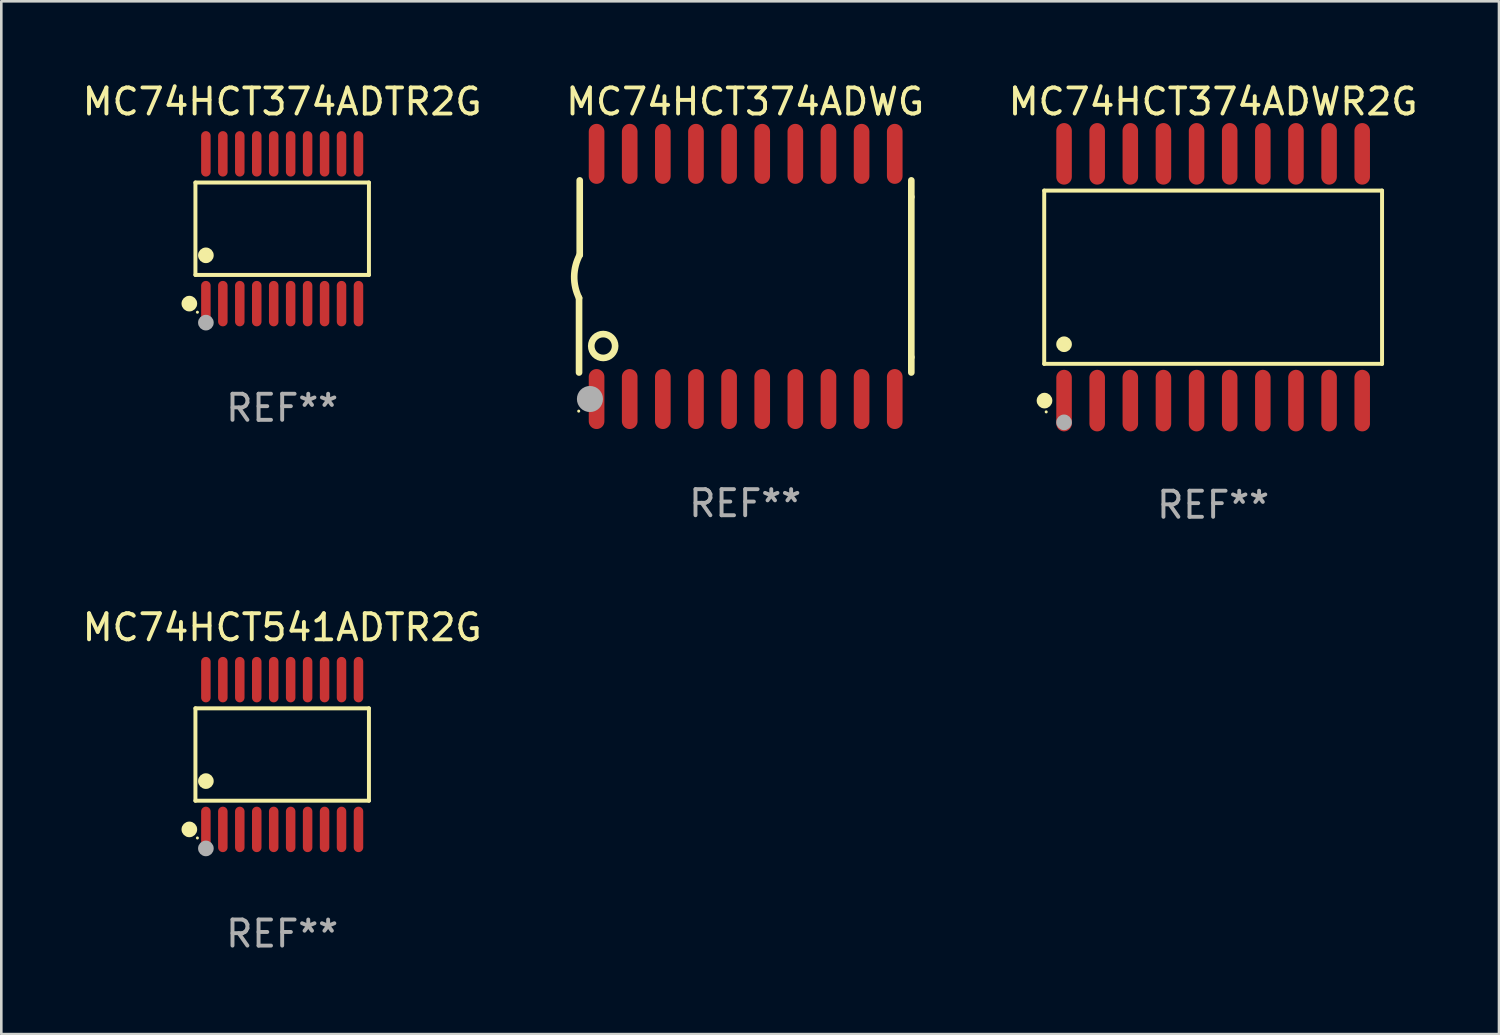
<source format=kicad_pcb>
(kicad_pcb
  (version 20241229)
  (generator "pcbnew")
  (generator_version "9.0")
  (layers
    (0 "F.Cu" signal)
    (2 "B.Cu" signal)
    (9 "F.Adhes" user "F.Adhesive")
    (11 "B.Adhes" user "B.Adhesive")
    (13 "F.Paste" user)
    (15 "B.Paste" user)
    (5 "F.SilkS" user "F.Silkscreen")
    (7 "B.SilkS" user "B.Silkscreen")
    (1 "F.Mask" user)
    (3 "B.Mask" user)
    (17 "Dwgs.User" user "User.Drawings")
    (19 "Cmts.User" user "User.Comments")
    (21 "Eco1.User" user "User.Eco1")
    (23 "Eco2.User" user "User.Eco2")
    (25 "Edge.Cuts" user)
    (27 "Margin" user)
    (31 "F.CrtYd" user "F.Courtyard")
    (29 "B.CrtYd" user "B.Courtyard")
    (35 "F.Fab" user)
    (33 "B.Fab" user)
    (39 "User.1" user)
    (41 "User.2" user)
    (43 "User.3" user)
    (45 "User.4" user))
  (footprint "MC74HCT374ADTR2G"
    (layer "F.Cu")
    (at 7.768 5.719)
    (property "Reference" "MC74HCT374ADTR2G" (at 0 -4.871 0) (layer "F.SilkS") (effects (font (size 1 1) (thickness 0.15))))
    (attr through_hole)
    (fp_line (start -3.326 -1.771) (end 3.326 -1.771) (stroke (width 0.152) (type solid)) (layer "F.SilkS"))
    (fp_line (start -3.326 1.771) (end -3.326 -1.771) (stroke (width 0.152) (type solid)) (layer "F.SilkS"))
    (fp_line (start 3.326 -1.771) (end 3.326 1.771) (stroke (width 0.152) (type solid)) (layer "F.SilkS"))
    (fp_line (start 3.326 1.771) (end -3.326 1.771) (stroke (width 0.152) (type solid)) (layer "F.SilkS"))
    (fp_circle (center -3.559 2.871) (end -3.409 2.871) (stroke (width 0.3) (type solid)) (fill no) (layer "F.SilkS"))
    (fp_circle (center -3.25 3.2) (end -3.22 3.2) (stroke (width 0.06) (type solid)) (fill no) (layer "F.SilkS"))
    (fp_circle (center -2.925 1.019) (end -2.775 1.019) (stroke (width 0.3) (type solid)) (fill no) (layer "F.SilkS"))
    (fp_circle (center -2.925 3.6) (end -2.775 3.6) (stroke (width 0.3) (type solid)) (fill no) (layer "F.Fab"))
    (fp_text user "REF**" (at 0 6.871 0) (layer "F.Fab") (effects (font (size 1 1) (thickness 0.15))))
    (pad "1" smd oval (at -2.925 2.871) (size 0.364 1.742) (layers "F.Cu" "F.Mask" "F.Paste"))
    (pad "2" smd oval (at -2.275 2.871) (size 0.364 1.742) (layers "F.Cu" "F.Mask" "F.Paste"))
    (pad "3" smd oval (at -1.625 2.871) (size 0.364 1.742) (layers "F.Cu" "F.Mask" "F.Paste"))
    (pad "4" smd oval (at -0.975 2.871) (size 0.364 1.742) (layers "F.Cu" "F.Mask" "F.Paste"))
    (pad "5" smd oval (at -0.325 2.871) (size 0.364 1.742) (layers "F.Cu" "F.Mask" "F.Paste"))
    (pad "6" smd oval (at 0.325 2.871) (size 0.364 1.742) (layers "F.Cu" "F.Mask" "F.Paste"))
    (pad "7" smd oval (at 0.975 2.871) (size 0.364 1.742) (layers "F.Cu" "F.Mask" "F.Paste"))
    (pad "8" smd oval (at 1.625 2.871) (size 0.364 1.742) (layers "F.Cu" "F.Mask" "F.Paste"))
    (pad "9" smd oval (at 2.275 2.871) (size 0.364 1.742) (layers "F.Cu" "F.Mask" "F.Paste"))
    (pad "10" smd oval (at 2.925 2.871) (size 0.364 1.742) (layers "F.Cu" "F.Mask" "F.Paste"))
    (pad "11" smd oval (at 2.925 -2.871) (size 0.364 1.742) (layers "F.Cu" "F.Mask" "F.Paste"))
    (pad "12" smd oval (at 2.275 -2.871) (size 0.364 1.742) (layers "F.Cu" "F.Mask" "F.Paste"))
    (pad "13" smd oval (at 1.625 -2.871) (size 0.364 1.742) (layers "F.Cu" "F.Mask" "F.Paste"))
    (pad "14" smd oval (at 0.975 -2.871) (size 0.364 1.742) (layers "F.Cu" "F.Mask" "F.Paste"))
    (pad "15" smd oval (at 0.325 -2.871) (size 0.364 1.742) (layers "F.Cu" "F.Mask" "F.Paste"))
    (pad "16" smd oval (at -0.325 -2.871) (size 0.364 1.742) (layers "F.Cu" "F.Mask" "F.Paste"))
    (pad "17" smd oval (at -0.975 -2.871) (size 0.364 1.742) (layers "F.Cu" "F.Mask" "F.Paste"))
    (pad "18" smd oval (at -1.625 -2.871) (size 0.364 1.742) (layers "F.Cu" "F.Mask" "F.Paste"))
    (pad "19" smd oval (at -2.275 -2.871) (size 0.364 1.742) (layers "F.Cu" "F.Mask" "F.Paste"))
    (pad "20" smd oval (at -2.925 -2.871) (size 0.364 1.742) (layers "F.Cu" "F.Mask" "F.Paste")))
  (footprint "MC74HCT374ADWG"
    (layer "F.Cu")
    (at 25.518 7.548)
    (property "Reference" "MC74HCT374ADWG" (at 0 -6.7 0) (layer "F.SilkS") (effects (font (size 1 1) (thickness 0.15))))
    (attr through_hole)
    (fp_line (start -6.369 0.826) (end -6.369 3.683) (stroke (width 0.254) (type solid)) (layer "F.SilkS"))
    (fp_line (start -6.343 -0.825) (end -6.343 -3.683) (stroke (width 0.254) (type solid)) (layer "F.SilkS"))
    (fp_line (start 6.369 -3.048) (end 6.369 -3.683) (stroke (width 0.254) (type solid)) (layer "F.SilkS"))
    (fp_line (start 6.369 -3.048) (end 6.369 3.096) (stroke (width 0.254) (type solid)) (layer "F.SilkS"))
    (fp_line (start 6.369 3.096) (end 6.369 3.683) (stroke (width 0.254) (type solid)) (layer "F.SilkS"))
    (fp_arc (start -6.36853 0.825552) (mid -6.554743 -0.00301) (end -6.343129 -0.825451) (stroke (width 0.254001) (type solid)) (layer "F.SilkS"))
    (fp_circle (center -6.382 5.163) (end -6.352 5.163) (stroke (width 0.06) (type solid)) (fill no) (layer "F.SilkS"))
    (fp_circle (center -5.443 2.667) (end -4.985 2.667) (stroke (width 0.254) (type solid)) (fill no) (layer "F.SilkS"))
    (fp_circle (center -5.951 4.699) (end -5.701 4.699) (stroke (width 0.5) (type solid)) (fill no) (layer "F.Fab"))
    (fp_text user "REF**" (at 0 8.7 0) (layer "F.Fab") (effects (font (size 1 1) (thickness 0.15))))
    (pad "1" smd oval (at -5.697 4.7 180) (size 0.6 2.3) (layers "F.Cu" "F.Mask" "F.Paste"))
    (pad "2" smd oval (at -4.427 4.7 180) (size 0.6 2.3) (layers "F.Cu" "F.Mask" "F.Paste"))
    (pad "3" smd oval (at -3.157 4.7 180) (size 0.6 2.3) (layers "F.Cu" "F.Mask" "F.Paste"))
    (pad "4" smd oval (at -1.887 4.7 180) (size 0.6 2.3) (layers "F.Cu" "F.Mask" "F.Paste"))
    (pad "5" smd oval (at -0.617 4.7 180) (size 0.6 2.3) (layers "F.Cu" "F.Mask" "F.Paste"))
    (pad "6" smd oval (at 0.653 4.7 180) (size 0.6 2.3) (layers "F.Cu" "F.Mask" "F.Paste"))
    (pad "7" smd oval (at 1.923 4.7 180) (size 0.6 2.3) (layers "F.Cu" "F.Mask" "F.Paste"))
    (pad "8" smd oval (at 3.193 4.7 180) (size 0.6 2.3) (layers "F.Cu" "F.Mask" "F.Paste"))
    (pad "9" smd oval (at 4.463 4.7 180) (size 0.6 2.3) (layers "F.Cu" "F.Mask" "F.Paste"))
    (pad "10" smd oval (at 5.734 4.7 180) (size 0.6 2.3) (layers "F.Cu" "F.Mask" "F.Paste"))
    (pad "11" smd oval (at 5.734 -4.7 180) (size 0.6 2.3) (layers "F.Cu" "F.Mask" "F.Paste"))
    (pad "12" smd oval (at 4.463 -4.7 180) (size 0.6 2.3) (layers "F.Cu" "F.Mask" "F.Paste"))
    (pad "13" smd oval (at 3.193 -4.7 180) (size 0.6 2.3) (layers "F.Cu" "F.Mask" "F.Paste"))
    (pad "14" smd oval (at 1.923 -4.7 180) (size 0.6 2.3) (layers "F.Cu" "F.Mask" "F.Paste"))
    (pad "15" smd oval (at 0.653 -4.7 180) (size 0.6 2.3) (layers "F.Cu" "F.Mask" "F.Paste"))
    (pad "16" smd oval (at -0.617 -4.7 180) (size 0.6 2.3) (layers "F.Cu" "F.Mask" "F.Paste"))
    (pad "17" smd oval (at -1.887 -4.7 180) (size 0.6 2.3) (layers "F.Cu" "F.Mask" "F.Paste"))
    (pad "18" smd oval (at -3.157 -4.7 180) (size 0.6 2.3) (layers "F.Cu" "F.Mask" "F.Paste"))
    (pad "19" smd oval (at -4.427 -4.7 180) (size 0.6 2.3) (layers "F.Cu" "F.Mask" "F.Paste"))
    (pad "20" smd oval (at -5.697 -4.7 180) (size 0.6 2.3) (layers "F.Cu" "F.Mask" "F.Paste")))
  (footprint "MC74HCT541ADTR2G"
    (layer "F.Cu")
    (at 7.768 25.876)
    (property "Reference" "MC74HCT541ADTR2G" (at 0 -4.871 0) (layer "F.SilkS") (effects (font (size 1 1) (thickness 0.15))))
    (attr through_hole)
    (fp_line (start -3.326 -1.771) (end 3.326 -1.771) (stroke (width 0.152) (type solid)) (layer "F.SilkS"))
    (fp_line (start -3.326 1.771) (end -3.326 -1.771) (stroke (width 0.152) (type solid)) (layer "F.SilkS"))
    (fp_line (start 3.326 -1.771) (end 3.326 1.771) (stroke (width 0.152) (type solid)) (layer "F.SilkS"))
    (fp_line (start 3.326 1.771) (end -3.326 1.771) (stroke (width 0.152) (type solid)) (layer "F.SilkS"))
    (fp_circle (center -3.559 2.871) (end -3.409 2.871) (stroke (width 0.3) (type solid)) (fill no) (layer "F.SilkS"))
    (fp_circle (center -3.25 3.2) (end -3.22 3.2) (stroke (width 0.06) (type solid)) (fill no) (layer "F.SilkS"))
    (fp_circle (center -2.925 1.019) (end -2.775 1.019) (stroke (width 0.3) (type solid)) (fill no) (layer "F.SilkS"))
    (fp_circle (center -2.925 3.6) (end -2.775 3.6) (stroke (width 0.3) (type solid)) (fill no) (layer "F.Fab"))
    (fp_text user "REF**" (at 0 6.871 0) (layer "F.Fab") (effects (font (size 1 1) (thickness 0.15))))
    (pad "1" smd oval (at -2.925 2.871) (size 0.364 1.742) (layers "F.Cu" "F.Mask" "F.Paste"))
    (pad "2" smd oval (at -2.275 2.871) (size 0.364 1.742) (layers "F.Cu" "F.Mask" "F.Paste"))
    (pad "3" smd oval (at -1.625 2.871) (size 0.364 1.742) (layers "F.Cu" "F.Mask" "F.Paste"))
    (pad "4" smd oval (at -0.975 2.871) (size 0.364 1.742) (layers "F.Cu" "F.Mask" "F.Paste"))
    (pad "5" smd oval (at -0.325 2.871) (size 0.364 1.742) (layers "F.Cu" "F.Mask" "F.Paste"))
    (pad "6" smd oval (at 0.325 2.871) (size 0.364 1.742) (layers "F.Cu" "F.Mask" "F.Paste"))
    (pad "7" smd oval (at 0.975 2.871) (size 0.364 1.742) (layers "F.Cu" "F.Mask" "F.Paste"))
    (pad "8" smd oval (at 1.625 2.871) (size 0.364 1.742) (layers "F.Cu" "F.Mask" "F.Paste"))
    (pad "9" smd oval (at 2.275 2.871) (size 0.364 1.742) (layers "F.Cu" "F.Mask" "F.Paste"))
    (pad "10" smd oval (at 2.925 2.871) (size 0.364 1.742) (layers "F.Cu" "F.Mask" "F.Paste"))
    (pad "11" smd oval (at 2.925 -2.871) (size 0.364 1.742) (layers "F.Cu" "F.Mask" "F.Paste"))
    (pad "12" smd oval (at 2.275 -2.871) (size 0.364 1.742) (layers "F.Cu" "F.Mask" "F.Paste"))
    (pad "13" smd oval (at 1.625 -2.871) (size 0.364 1.742) (layers "F.Cu" "F.Mask" "F.Paste"))
    (pad "14" smd oval (at 0.975 -2.871) (size 0.364 1.742) (layers "F.Cu" "F.Mask" "F.Paste"))
    (pad "15" smd oval (at 0.325 -2.871) (size 0.364 1.742) (layers "F.Cu" "F.Mask" "F.Paste"))
    (pad "16" smd oval (at -0.325 -2.871) (size 0.364 1.742) (layers "F.Cu" "F.Mask" "F.Paste"))
    (pad "17" smd oval (at -0.975 -2.871) (size 0.364 1.742) (layers "F.Cu" "F.Mask" "F.Paste"))
    (pad "18" smd oval (at -1.625 -2.871) (size 0.364 1.742) (layers "F.Cu" "F.Mask" "F.Paste"))
    (pad "19" smd oval (at -2.275 -2.871) (size 0.364 1.742) (layers "F.Cu" "F.Mask" "F.Paste"))
    (pad "20" smd oval (at -2.925 -2.871) (size 0.364 1.742) (layers "F.Cu" "F.Mask" "F.Paste")))
  (footprint "MC74HCT374ADWR2G"
    (layer "F.Cu")
    (at 43.458 7.578)
    (property "Reference" "MC74HCT374ADWR2G" (at 0 -6.73 0) (layer "F.SilkS") (effects (font (size 1 1) (thickness 0.15))))
    (attr through_hole)
    (fp_line (start -6.476 -3.321) (end 6.476 -3.321) (stroke (width 0.152) (type solid)) (layer "F.SilkS"))
    (fp_line (start -6.476 3.321) (end -6.476 -3.321) (stroke (width 0.152) (type solid)) (layer "F.SilkS"))
    (fp_line (start 6.476 -3.321) (end 6.476 3.321) (stroke (width 0.152) (type solid)) (layer "F.SilkS"))
    (fp_line (start 6.476 3.321) (end -6.476 3.321) (stroke (width 0.152) (type solid)) (layer "F.SilkS"))
    (fp_circle (center -6.465 4.73) (end -6.315 4.73) (stroke (width 0.3) (type solid)) (fill no) (layer "F.SilkS"))
    (fp_circle (center -6.4 5.163) (end -6.37 5.163) (stroke (width 0.06) (type solid)) (fill no) (layer "F.SilkS"))
    (fp_circle (center -5.715 2.569) (end -5.565 2.569) (stroke (width 0.3) (type solid)) (fill no) (layer "F.SilkS"))
    (fp_circle (center -5.715 5.563) (end -5.565 5.563) (stroke (width 0.3) (type solid)) (fill no) (layer "F.Fab"))
    (fp_text user "REF**" (at 0 8.73 0) (layer "F.Fab") (effects (font (size 1 1) (thickness 0.15))))
    (pad "1" smd oval (at -5.715 4.73) (size 0.595 2.36) (layers "F.Cu" "F.Mask" "F.Paste"))
    (pad "2" smd oval (at -4.445 4.73) (size 0.595 2.36) (layers "F.Cu" "F.Mask" "F.Paste"))
    (pad "3" smd oval (at -3.175 4.73) (size 0.595 2.36) (layers "F.Cu" "F.Mask" "F.Paste"))
    (pad "4" smd oval (at -1.905 4.73) (size 0.595 2.36) (layers "F.Cu" "F.Mask" "F.Paste"))
    (pad "5" smd oval (at -0.635 4.73) (size 0.595 2.36) (layers "F.Cu" "F.Mask" "F.Paste"))
    (pad "6" smd oval (at 0.635 4.73) (size 0.595 2.36) (layers "F.Cu" "F.Mask" "F.Paste"))
    (pad "7" smd oval (at 1.905 4.73) (size 0.595 2.36) (layers "F.Cu" "F.Mask" "F.Paste"))
    (pad "8" smd oval (at 3.175 4.73) (size 0.595 2.36) (layers "F.Cu" "F.Mask" "F.Paste"))
    (pad "9" smd oval (at 4.445 4.73) (size 0.595 2.36) (layers "F.Cu" "F.Mask" "F.Paste"))
    (pad "10" smd oval (at 5.715 4.73) (size 0.595 2.36) (layers "F.Cu" "F.Mask" "F.Paste"))
    (pad "11" smd oval (at 5.715 -4.73) (size 0.595 2.36) (layers "F.Cu" "F.Mask" "F.Paste"))
    (pad "12" smd oval (at 4.445 -4.73) (size 0.595 2.36) (layers "F.Cu" "F.Mask" "F.Paste"))
    (pad "13" smd oval (at 3.175 -4.73) (size 0.595 2.36) (layers "F.Cu" "F.Mask" "F.Paste"))
    (pad "14" smd oval (at 1.905 -4.73) (size 0.595 2.36) (layers "F.Cu" "F.Mask" "F.Paste"))
    (pad "15" smd oval (at 0.635 -4.73) (size 0.595 2.36) (layers "F.Cu" "F.Mask" "F.Paste"))
    (pad "16" smd oval (at -0.635 -4.73) (size 0.595 2.36) (layers "F.Cu" "F.Mask" "F.Paste"))
    (pad "17" smd oval (at -1.905 -4.73) (size 0.595 2.36) (layers "F.Cu" "F.Mask" "F.Paste"))
    (pad "18" smd oval (at -3.175 -4.73) (size 0.595 2.36) (layers "F.Cu" "F.Mask" "F.Paste"))
    (pad "19" smd oval (at -4.445 -4.73) (size 0.595 2.36) (layers "F.Cu" "F.Mask" "F.Paste"))
    (pad "20" smd oval (at -5.715 -4.73) (size 0.595 2.36) (layers "F.Cu" "F.Mask" "F.Paste")))
  (gr_rect
    (start -3 -3)
    (end 54.417 36.595)
    (stroke (width 0.1) (type default))
    (fill no)
    (layer "Edge.Cuts")))
</source>
